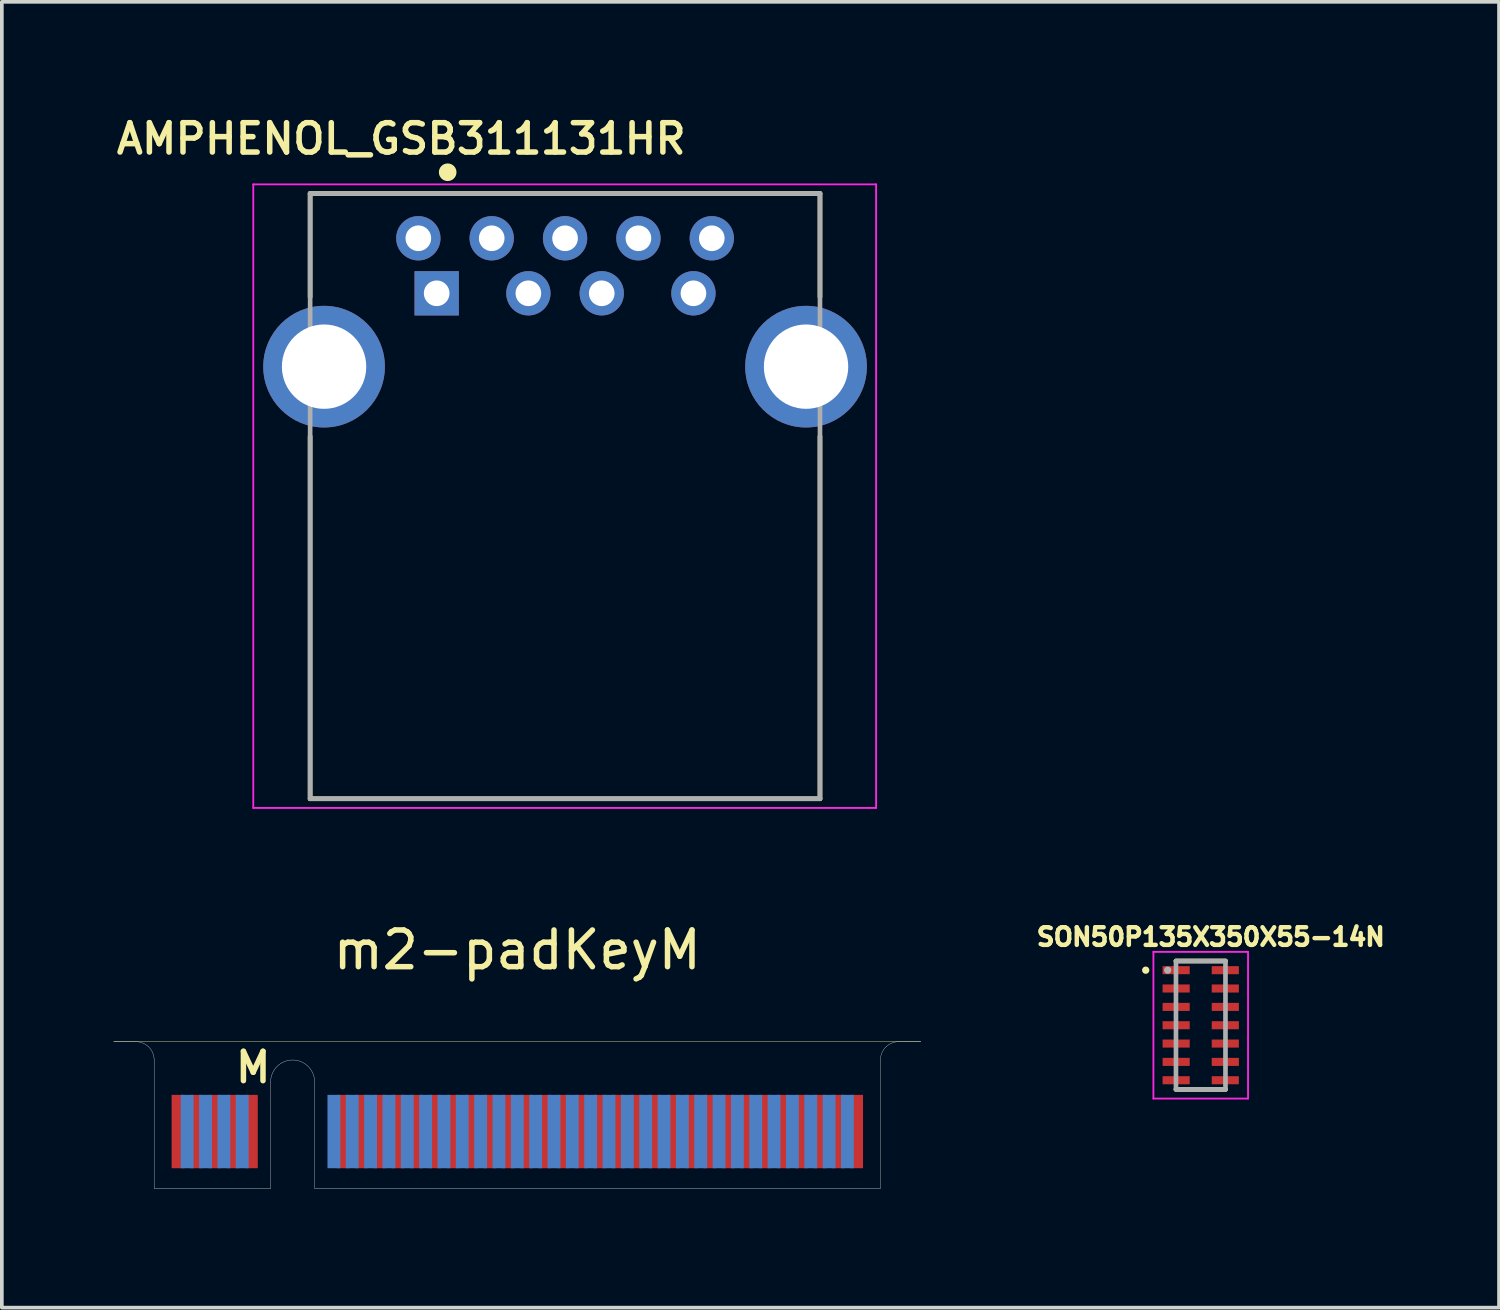
<source format=kicad_pcb>
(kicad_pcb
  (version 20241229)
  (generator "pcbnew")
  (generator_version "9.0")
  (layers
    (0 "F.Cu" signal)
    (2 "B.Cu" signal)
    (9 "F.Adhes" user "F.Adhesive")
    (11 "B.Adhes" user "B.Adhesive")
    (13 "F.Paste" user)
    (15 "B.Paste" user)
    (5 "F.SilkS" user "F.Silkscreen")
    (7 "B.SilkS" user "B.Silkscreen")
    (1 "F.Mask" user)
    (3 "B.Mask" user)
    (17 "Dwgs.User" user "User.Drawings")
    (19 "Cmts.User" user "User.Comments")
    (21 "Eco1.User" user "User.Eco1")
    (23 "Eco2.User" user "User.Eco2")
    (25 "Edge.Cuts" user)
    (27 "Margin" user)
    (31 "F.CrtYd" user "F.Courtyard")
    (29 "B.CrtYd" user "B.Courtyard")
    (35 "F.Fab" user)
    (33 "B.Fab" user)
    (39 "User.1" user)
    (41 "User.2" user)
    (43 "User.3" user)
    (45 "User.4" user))
  (footprint "m2-padKeyM"
    (layer "F.Cu")
    (at 11.053 29.349)
    (property "Reference" "m2-padKeyM" (at 0 -6.5 0) (layer "F.SilkS") (effects (font (size 1 1) (thickness 0.15))))
    (attr smd)
    (fp_poly (pts (xy -11.003 -2.67) (xy -11 0) (xy 11 0) (xy 10.997 -2.67)) (stroke (width 0.1) (type solid)) (fill yes) (layer "F.Mask"))
    (fp_poly (pts (xy -11.003 -2.7) (xy -11 0) (xy 11 0) (xy 10.997 -2.7)) (stroke (width 0.1) (type solid)) (fill yes) (layer "B.Mask"))
    (fp_line (start -11 -4) (end 11 -4) (stroke (width 0.01) (type solid)) (layer "F.SilkS"))
    (fp_line (start 0 0) (end 0 -4) (stroke (width 0.01) (type solid)) (layer "Eco1.User"))
    (fp_line (start -11 -4) (end -10.4 -4) (stroke (width 0.01) (type solid)) (layer "Edge.Cuts"))
    (fp_line (start -9.9 0) (end -9.9 -3.5) (stroke (width 0.01) (type solid)) (layer "Edge.Cuts"))
    (fp_line (start -9.9 0) (end -6.725 0) (stroke (width 0.01) (type solid)) (layer "Edge.Cuts"))
    (fp_line (start -6.725 0) (end -6.725 -2.9) (stroke (width 0.01) (type solid)) (layer "Edge.Cuts"))
    (fp_line (start -5.525 0) (end -5.525 -2.9) (stroke (width 0.01) (type solid)) (layer "Edge.Cuts"))
    (fp_line (start 9.9 0) (end -5.525 0) (stroke (width 0.01) (type solid)) (layer "Edge.Cuts"))
    (fp_line (start 9.9 0) (end 9.9 -3.5) (stroke (width 0.01) (type solid)) (layer "Edge.Cuts"))
    (fp_line (start 11 -4) (end 10.4 -4) (stroke (width 0.01) (type solid)) (layer "Edge.Cuts"))
    (fp_arc (start -10.4 -4) (mid -10.046447 -3.853553) (end -9.9 -3.5) (stroke (width 0.01) (type solid)) (layer "Edge.Cuts"))
    (fp_arc (start -6.725 -2.9) (mid -6.125 -3.5) (end -5.525 -2.9) (stroke (width 0.01) (type solid)) (layer "Edge.Cuts"))
    (fp_arc (start 9.9 -3.5) (mid 10.046447 -3.853553) (end 10.4 -4) (stroke (width 0.01) (type solid)) (layer "Edge.Cuts"))
    (fp_text user "M" (at -7.2 -3.3 0) (layer "F.SilkS") (effects (font (size 0.8 0.8) (thickness 0.15))))
    (pad "1" smd rect (at 9.25 -1.55) (size 0.35 2) (layers "F.Cu" "F.Mask"))
    (pad "2" smd rect (at 9 -1.55) (size 0.35 2) (layers "B.Cu" "B.Mask"))
    (pad "3" smd rect (at 8.75 -1.55) (size 0.35 2) (layers "F.Cu" "F.Mask"))
    (pad "4" smd rect (at 8.5 -1.55) (size 0.35 2) (layers "B.Cu" "B.Mask"))
    (pad "5" smd rect (at 8.25 -1.55) (size 0.35 2) (layers "F.Cu" "F.Mask"))
    (pad "6" smd rect (at 8 -1.55) (size 0.35 2) (layers "B.Cu" "B.Mask"))
    (pad "7" smd rect (at 7.75 -1.55) (size 0.35 2) (layers "F.Cu" "F.Mask"))
    (pad "8" smd rect (at 7.5 -1.55) (size 0.35 2) (layers "B.Cu" "B.Mask"))
    (pad "9" smd rect (at 7.25 -1.55) (size 0.35 2) (layers "F.Cu" "F.Mask"))
    (pad "10" smd rect (at 7 -1.55) (size 0.35 2) (layers "B.Cu" "B.Mask"))
    (pad "11" smd rect (at 6.75 -1.55) (size 0.35 2) (layers "F.Cu" "F.Mask"))
    (pad "12" smd rect (at 6.5 -1.55) (size 0.35 2) (layers "B.Cu" "B.Mask"))
    (pad "13" smd rect (at 6.25 -1.55) (size 0.35 2) (layers "F.Cu" "F.Mask"))
    (pad "14" smd rect (at 6 -1.55) (size 0.35 2) (layers "B.Cu" "B.Mask"))
    (pad "15" smd rect (at 5.75 -1.55) (size 0.35 2) (layers "F.Cu" "F.Mask"))
    (pad "16" smd rect (at 5.5 -1.55) (size 0.35 2) (layers "B.Cu" "B.Mask"))
    (pad "17" smd rect (at 5.25 -1.55) (size 0.35 2) (layers "F.Cu" "F.Mask"))
    (pad "18" smd rect (at 5 -1.55) (size 0.35 2) (layers "B.Cu" "B.Mask"))
    (pad "19" smd rect (at 4.75 -1.55) (size 0.35 2) (layers "F.Cu" "F.Mask"))
    (pad "20" smd rect (at 4.5 -1.55) (size 0.35 2) (layers "B.Cu" "B.Mask"))
    (pad "21" smd rect (at 4.25 -1.55) (size 0.35 2) (layers "F.Cu" "F.Mask"))
    (pad "22" smd rect (at 4 -1.55) (size 0.35 2) (layers "B.Cu" "B.Mask"))
    (pad "23" smd rect (at 3.75 -1.55) (size 0.35 2) (layers "F.Cu" "F.Mask"))
    (pad "24" smd rect (at 3.5 -1.55) (size 0.35 2) (layers "B.Cu" "B.Mask"))
    (pad "25" smd rect (at 3.25 -1.55) (size 0.35 2) (layers "F.Cu" "F.Mask"))
    (pad "26" smd rect (at 3 -1.55) (size 0.35 2) (layers "B.Cu" "B.Mask"))
    (pad "27" smd rect (at 2.75 -1.55) (size 0.35 2) (layers "F.Cu" "F.Mask"))
    (pad "28" smd rect (at 2.5 -1.55) (size 0.35 2) (layers "B.Cu" "B.Mask"))
    (pad "29" smd rect (at 2.25 -1.55) (size 0.35 2) (layers "F.Cu" "F.Mask"))
    (pad "30" smd rect (at 2 -1.55) (size 0.35 2) (layers "B.Cu" "B.Mask"))
    (pad "31" smd rect (at 1.75 -1.55) (size 0.35 2) (layers "F.Cu" "F.Mask"))
    (pad "32" smd rect (at 1.5 -1.55) (size 0.35 2) (layers "B.Cu" "B.Mask"))
    (pad "33" smd rect (at 1.25 -1.55) (size 0.35 2) (layers "F.Cu" "F.Mask"))
    (pad "34" smd rect (at 1 -1.55) (size 0.35 2) (layers "B.Cu" "B.Mask"))
    (pad "35" smd rect (at 0.75 -1.55) (size 0.35 2) (layers "F.Cu" "F.Mask"))
    (pad "36" smd rect (at 0.5 -1.55) (size 0.35 2) (layers "B.Cu" "B.Mask"))
    (pad "37" smd rect (at 0.25 -1.55) (size 0.35 2) (layers "F.Cu" "F.Mask"))
    (pad "38" smd rect (at 0 -1.55) (size 0.35 2) (layers "B.Cu" "B.Mask"))
    (pad "39" smd rect (at -0.25 -1.55) (size 0.35 2) (layers "F.Cu" "F.Mask"))
    (pad "40" smd rect (at -0.5 -1.55) (size 0.35 2) (layers "B.Cu" "B.Mask"))
    (pad "41" smd rect (at -0.75 -1.55) (size 0.35 2) (layers "F.Cu" "F.Mask"))
    (pad "42" smd rect (at -1 -1.55) (size 0.35 2) (layers "B.Cu" "B.Mask"))
    (pad "43" smd rect (at -1.25 -1.55) (size 0.35 2) (layers "F.Cu" "F.Mask"))
    (pad "44" smd rect (at -1.5 -1.55) (size 0.35 2) (layers "B.Cu" "B.Mask"))
    (pad "45" smd rect (at -1.75 -1.55) (size 0.35 2) (layers "F.Cu" "F.Mask"))
    (pad "46" smd rect (at -2 -1.55) (size 0.35 2) (layers "B.Cu" "B.Mask"))
    (pad "47" smd rect (at -2.25 -1.55) (size 0.35 2) (layers "F.Cu" "F.Mask"))
    (pad "48" smd rect (at -2.5 -1.55) (size 0.35 2) (layers "B.Cu" "B.Mask"))
    (pad "49" smd rect (at -2.75 -1.55) (size 0.35 2) (layers "F.Cu" "F.Mask"))
    (pad "50" smd rect (at -3 -1.55) (size 0.35 2) (layers "B.Cu" "B.Mask"))
    (pad "51" smd rect (at -3.25 -1.55) (size 0.35 2) (layers "F.Cu" "F.Mask"))
    (pad "52" smd rect (at -3.5 -1.55) (size 0.35 2) (layers "B.Cu" "B.Mask"))
    (pad "53" smd rect (at -3.75 -1.55) (size 0.35 2) (layers "F.Cu" "F.Mask"))
    (pad "54" smd rect (at -4 -1.55) (size 0.35 2) (layers "B.Cu" "B.Mask"))
    (pad "55" smd rect (at -4.25 -1.55) (size 0.35 2) (layers "F.Cu" "F.Mask"))
    (pad "56" smd rect (at -4.5 -1.55) (size 0.35 2) (layers "B.Cu" "B.Mask"))
    (pad "57" smd rect (at -4.75 -1.55) (size 0.35 2) (layers "F.Cu" "F.Mask"))
    (pad "58" smd rect (at -5 -1.55) (size 0.35 2) (layers "B.Cu" "B.Mask"))
    (pad "67" smd rect (at -7.25 -1.55) (size 0.35 2) (layers "F.Cu" "F.Mask"))
    (pad "68" smd rect (at -7.5 -1.55) (size 0.35 2) (layers "B.Cu" "B.Mask"))
    (pad "69" smd rect (at -7.75 -1.55) (size 0.35 2) (layers "F.Cu" "F.Mask"))
    (pad "70" smd rect (at -8 -1.55) (size 0.35 2) (layers "B.Cu" "B.Mask"))
    (pad "71" smd rect (at -8.25 -1.55) (size 0.35 2) (layers "F.Cu" "F.Mask"))
    (pad "72" smd rect (at -8.5 -1.55) (size 0.35 2) (layers "B.Cu" "B.Mask"))
    (pad "73" smd rect (at -8.75 -1.55) (size 0.35 2) (layers "F.Cu" "F.Mask"))
    (pad "74" smd rect (at -9 -1.55) (size 0.35 2) (layers "B.Cu" "B.Mask"))
    (pad "75" smd rect (at -9.25 -1.55) (size 0.35 2) (layers "F.Cu" "F.Mask")))
  (footprint "SON50P135X350X55-14N"
    (layer "F.Cu")
    (at 29.685 24.9)
    (property "Reference" "SON50P135X350X55-14N" (at 0.274 -2.407 0) (layer "F.SilkS") (effects (font (size 0.481 0.481) (thickness 0.15))))
    (attr through_hole)
    (fp_line (start -0.675 -1.75) (end 0.675 -1.75) (stroke (width 0.127) (type solid)) (layer "F.SilkS"))
    (fp_line (start -0.675 1.75) (end 0.675 1.75) (stroke (width 0.127) (type solid)) (layer "F.SilkS"))
    (fp_circle (center -1.5 -1.5) (end -1.45 -1.5) (stroke (width 0.1) (type solid)) (fill no) (layer "F.SilkS"))
    (fp_line (start -1.29 -2) (end 1.29 -2) (stroke (width 0.05) (type solid)) (layer "F.CrtYd"))
    (fp_line (start -1.29 2) (end -1.29 -2) (stroke (width 0.05) (type solid)) (layer "F.CrtYd"))
    (fp_line (start 1.29 -2) (end 1.29 2) (stroke (width 0.05) (type solid)) (layer "F.CrtYd"))
    (fp_line (start 1.29 2) (end -1.29 2) (stroke (width 0.05) (type solid)) (layer "F.CrtYd"))
    (fp_line (start -0.675 -1.75) (end 0.675 -1.75) (stroke (width 0.127) (type solid)) (layer "F.Fab"))
    (fp_line (start -0.675 1.75) (end -0.675 -1.75) (stroke (width 0.127) (type solid)) (layer "F.Fab"))
    (fp_line (start 0.675 -1.75) (end 0.675 1.75) (stroke (width 0.127) (type solid)) (layer "F.Fab"))
    (fp_line (start 0.675 1.75) (end -0.675 1.75) (stroke (width 0.127) (type solid)) (layer "F.Fab"))
    (fp_circle (center -0.9 -1.5) (end -0.85 -1.5) (stroke (width 0.1) (type solid)) (fill no) (layer "F.Fab"))
    (pad "1" smd roundrect (at -0.67 -1.5) (size 0.74 0.22) (layers "F.Cu" "F.Mask" "F.Paste") (roundrect_rratio 0.01))
    (pad "2" smd roundrect (at -0.67 -1) (size 0.74 0.22) (layers "F.Cu" "F.Mask" "F.Paste") (roundrect_rratio 0.01))
    (pad "3" smd roundrect (at -0.67 -0.5) (size 0.74 0.22) (layers "F.Cu" "F.Mask" "F.Paste") (roundrect_rratio 0.01))
    (pad "4" smd roundrect (at -0.67 0) (size 0.74 0.22) (layers "F.Cu" "F.Mask" "F.Paste") (roundrect_rratio 0.01))
    (pad "5" smd roundrect (at -0.67 0.5) (size 0.74 0.22) (layers "F.Cu" "F.Mask" "F.Paste") (roundrect_rratio 0.01))
    (pad "6" smd roundrect (at -0.67 1) (size 0.74 0.22) (layers "F.Cu" "F.Mask" "F.Paste") (roundrect_rratio 0.01))
    (pad "7" smd roundrect (at -0.67 1.5) (size 0.74 0.22) (layers "F.Cu" "F.Mask" "F.Paste") (roundrect_rratio 0.01))
    (pad "8" smd roundrect (at 0.67 1.5) (size 0.74 0.22) (layers "F.Cu" "F.Mask" "F.Paste") (roundrect_rratio 0.01))
    (pad "9" smd roundrect (at 0.67 1) (size 0.74 0.22) (layers "F.Cu" "F.Mask" "F.Paste") (roundrect_rratio 0.01))
    (pad "10" smd roundrect (at 0.67 0.5) (size 0.74 0.22) (layers "F.Cu" "F.Mask" "F.Paste") (roundrect_rratio 0.01))
    (pad "11" smd roundrect (at 0.67 0) (size 0.74 0.22) (layers "F.Cu" "F.Mask" "F.Paste") (roundrect_rratio 0.01))
    (pad "12" smd roundrect (at 0.67 -0.5) (size 0.74 0.22) (layers "F.Cu" "F.Mask" "F.Paste") (roundrect_rratio 0.01))
    (pad "13" smd roundrect (at 0.67 -1) (size 0.74 0.22) (layers "F.Cu" "F.Mask" "F.Paste") (roundrect_rratio 0.01))
    (pad "14" smd roundrect (at 0.67 -1.5) (size 0.74 0.22) (layers "F.Cu" "F.Mask" "F.Paste") (roundrect_rratio 0.01)))
  (footprint "AMPHENOL_GSB311131HR"
    (layer "F.Cu")
    (at 12.355 4.946)
    (property "Reference" "AMPHENOL_GSB311131HR" (at -4.466 -4.214 0) (layer "F.SilkS") (effects (font (size 0.801 0.801) (thickness 0.15))))
    (attr through_hole)
    (fp_line (start -6.95 -2.72) (end 6.95 -2.72) (stroke (width 0.127) (type solid)) (layer "F.SilkS"))
    (fp_line (start -6.95 0.1) (end -6.95 -2.72) (stroke (width 0.127) (type solid)) (layer "F.SilkS"))
    (fp_line (start -6.95 13.78) (end -6.95 3.9) (stroke (width 0.127) (type solid)) (layer "F.SilkS"))
    (fp_line (start 6.95 -2.72) (end 6.95 0.1) (stroke (width 0.127) (type solid)) (layer "F.SilkS"))
    (fp_line (start 6.95 3.9) (end 6.95 13.78) (stroke (width 0.127) (type solid)) (layer "F.SilkS"))
    (fp_line (start 6.95 13.78) (end -6.95 13.78) (stroke (width 0.127) (type solid)) (layer "F.SilkS"))
    (fp_circle (center -3.2 -3.3) (end -3.08 -3.3) (stroke (width 0.24) (type solid)) (fill no) (layer "F.SilkS"))
    (fp_line (start -8.5 -2.97) (end 8.48 -2.97) (stroke (width 0.05) (type solid)) (layer "F.CrtYd"))
    (fp_line (start -8.5 14.03) (end -8.5 -2.97) (stroke (width 0.05) (type solid)) (layer "F.CrtYd"))
    (fp_line (start 8.48 -2.97) (end 8.48 14.03) (stroke (width 0.05) (type solid)) (layer "F.CrtYd"))
    (fp_line (start 8.48 14.03) (end -8.5 14.03) (stroke (width 0.05) (type solid)) (layer "F.CrtYd"))
    (fp_line (start -6.95 -2.72) (end 6.95 -2.72) (stroke (width 0.127) (type solid)) (layer "F.Fab"))
    (fp_line (start -6.95 13.78) (end -6.95 -2.72) (stroke (width 0.127) (type solid)) (layer "F.Fab"))
    (fp_line (start 6.95 -2.72) (end 6.95 13.78) (stroke (width 0.127) (type solid)) (layer "F.Fab"))
    (fp_line (start 6.95 13.78) (end -6.95 13.78) (stroke (width 0.127) (type solid)) (layer "F.Fab"))
    (pad "1" thru_hole rect (at -3.5 0) (size 1.208 1.208) (drill 0.7) (layers "*.Cu" "*.Mask"))
    (pad "2" thru_hole circle (at -1 0) (size 1.208 1.208) (drill 0.7) (layers "*.Cu" "*.Mask"))
    (pad "3" thru_hole circle (at 1 0) (size 1.208 1.208) (drill 0.7) (layers "*.Cu" "*.Mask"))
    (pad "4" thru_hole circle (at 3.5 0) (size 1.208 1.208) (drill 0.7) (layers "*.Cu" "*.Mask"))
    (pad "5" thru_hole circle (at 4 -1.5) (size 1.208 1.208) (drill 0.7) (layers "*.Cu" "*.Mask"))
    (pad "6" thru_hole circle (at 2 -1.5) (size 1.208 1.208) (drill 0.7) (layers "*.Cu" "*.Mask"))
    (pad "7" thru_hole circle (at 0 -1.5) (size 1.208 1.208) (drill 0.7) (layers "*.Cu" "*.Mask"))
    (pad "8" thru_hole circle (at -2 -1.5) (size 1.208 1.208) (drill 0.7) (layers "*.Cu" "*.Mask"))
    (pad "9" thru_hole circle (at -4 -1.5) (size 1.208 1.208) (drill 0.7) (layers "*.Cu" "*.Mask"))
    (pad "10" thru_hole circle (at -6.57 2) (size 3.316 3.316) (drill 2.3) (layers "*.Cu" "*.Mask"))
    (pad "10" thru_hole circle (at 6.57 2) (size 3.316 3.316) (drill 2.3) (layers "*.Cu" "*.Mask")))
  (gr_rect
    (start -3 -3)
    (end 37.817 32.599)
    (stroke (width 0.1) (type default))
    (fill no)
    (layer "Edge.Cuts")))
</source>
